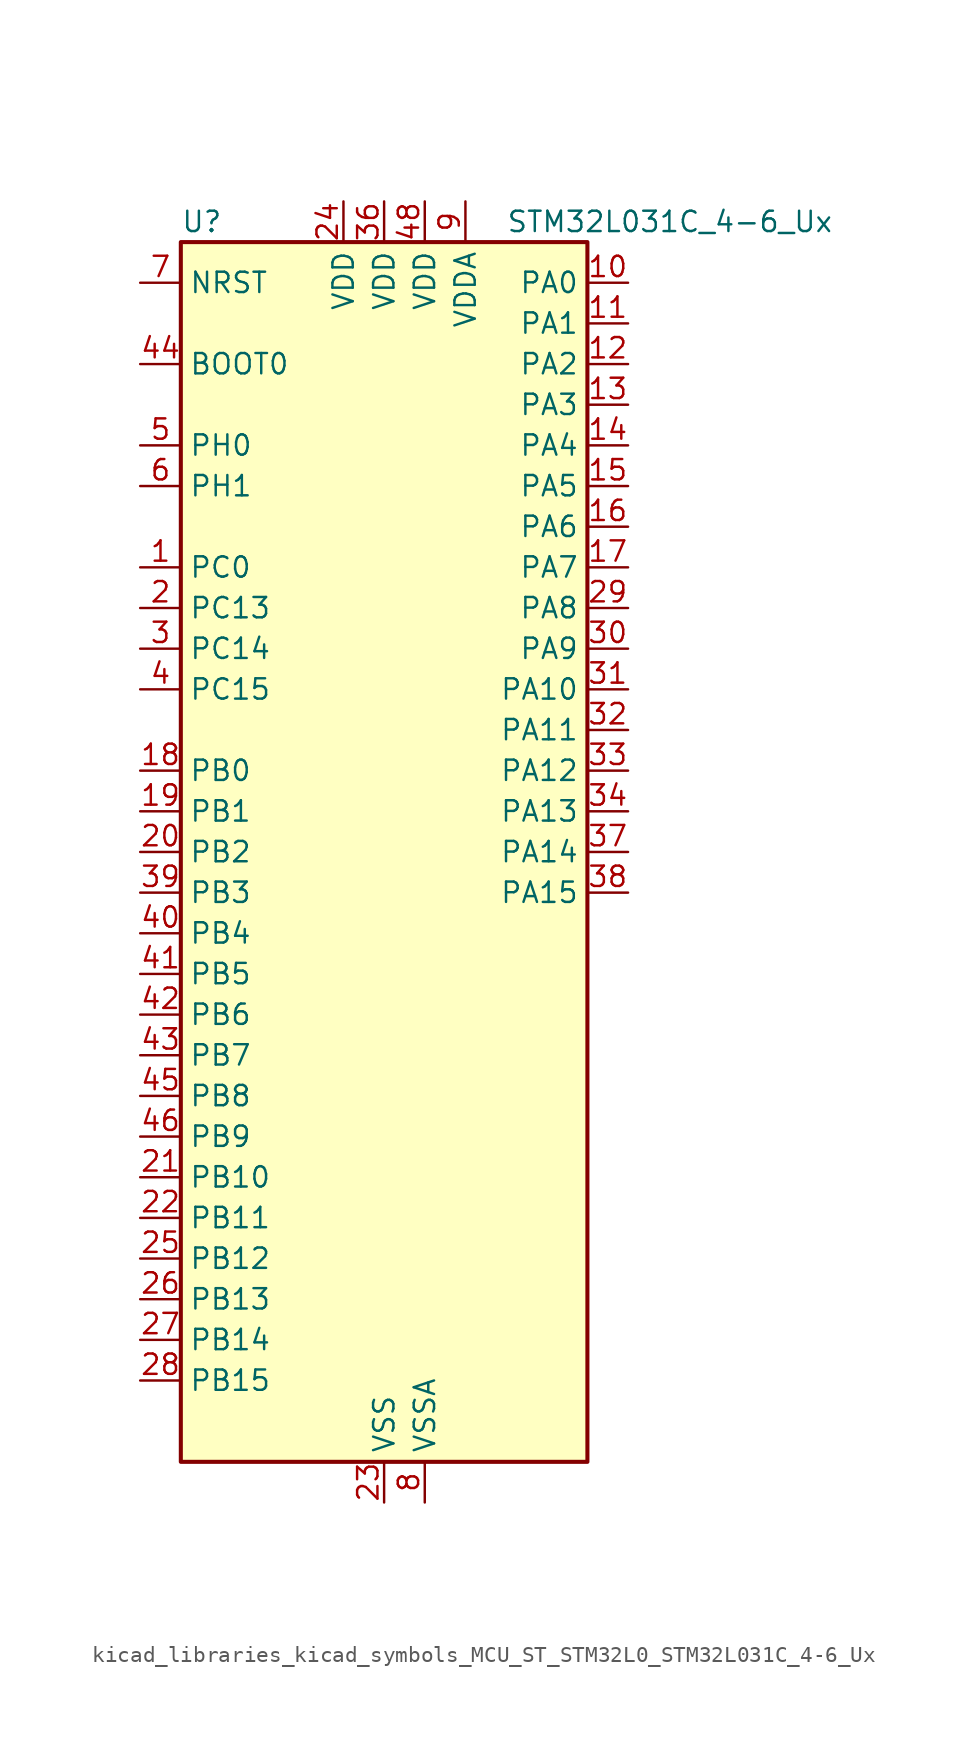
<source format=kicad_sym>
(kicad_symbol_lib
  (version 20220914)
  (generator kicad_symbol_editor)
  (symbol "kicad_libraries_kicad_symbols_MCU_ST_STM32L0_STM32L031C_4-6_Ux"
    (property "Reference" "U"
      (at -12.7 39.37 0)
      (effects (font (size 1.27 1.27)) (justify left)))
    (property "Value" "STM32L031C_4-6_Ux"
      (at 7.62 39.37 0)
      (effects (font (size 1.27 1.27)) (justify left)))
    (property "ki_locked" ""
      (at 0 0 0)
      (effects (font (size 1.27 1.27))))
    (symbol "kicad_libraries_kicad_symbols_MCU_ST_STM32L0_STM32L031C_4-6_Ux_0_1"
      (rectangle (start -12.7 -38.1) (end 12.7 38.1) (stroke (width 0.254) (type default)) (fill (type background))))
    (symbol "kicad_libraries_kicad_symbols_MCU_ST_STM32L0_STM32L031C_4-6_Ux_1_1"
      (pin bidirectional line (at -15.24 17.78 0) (length 2.54) (name "PC0" (effects (font (size 1.27 1.27)))) (number "1" (effects (font (size 1.27 1.27)))) (alternate "LPTIM1_IN1" bidirectional line) (alternate "LPUART1_RX" bidirectional line))
      (pin bidirectional line (at 15.24 35.56 180) (length 2.54) (name "PA0" (effects (font (size 1.27 1.27)))) (number "10" (effects (font (size 1.27 1.27)))) (alternate "ADC_IN0" bidirectional line) (alternate "COMP1_INM" bidirectional line) (alternate "COMP1_OUT" bidirectional line) (alternate "LPTIM1_IN1" bidirectional line) (alternate "RTC_TAMP2" bidirectional line) (alternate "SYS_WKUP1" bidirectional line) (alternate "TIM2_CH1" bidirectional line) (alternate "TIM2_ETR" bidirectional line) (alternate "USART2_CTS" bidirectional line))
      (pin bidirectional line (at 15.24 33.02 180) (length 2.54) (name "PA1" (effects (font (size 1.27 1.27)))) (number "11" (effects (font (size 1.27 1.27)))) (alternate "ADC_IN1" bidirectional line) (alternate "COMP1_INP" bidirectional line) (alternate "I2C1_SMBA" bidirectional line) (alternate "LPTIM1_IN2" bidirectional line) (alternate "TIM21_ETR" bidirectional line) (alternate "TIM2_CH2" bidirectional line) (alternate "USART2_DE" bidirectional line) (alternate "USART2_RTS" bidirectional line))
      (pin bidirectional line (at 15.24 30.48 180) (length 2.54) (name "PA2" (effects (font (size 1.27 1.27)))) (number "12" (effects (font (size 1.27 1.27)))) (alternate "ADC_IN2" bidirectional line) (alternate "COMP2_INM" bidirectional line) (alternate "COMP2_OUT" bidirectional line) (alternate "LPUART1_TX" bidirectional line) (alternate "RTC_OUT_ALARM" bidirectional line) (alternate "RTC_OUT_CALIB" bidirectional line) (alternate "RTC_TAMP3" bidirectional line) (alternate "RTC_TS" bidirectional line) (alternate "SYS_WKUP3" bidirectional line) (alternate "TIM21_CH1" bidirectional line) (alternate "TIM2_CH3" bidirectional line) (alternate "USART2_TX" bidirectional line))
      (pin bidirectional line (at 15.24 27.94 180) (length 2.54) (name "PA3" (effects (font (size 1.27 1.27)))) (number "13" (effects (font (size 1.27 1.27)))) (alternate "ADC_IN3" bidirectional line) (alternate "COMP2_INP" bidirectional line) (alternate "LPUART1_RX" bidirectional line) (alternate "TIM21_CH2" bidirectional line) (alternate "TIM2_CH4" bidirectional line) (alternate "USART2_RX" bidirectional line))
      (pin bidirectional line (at 15.24 25.4 180) (length 2.54) (name "PA4" (effects (font (size 1.27 1.27)))) (number "14" (effects (font (size 1.27 1.27)))) (alternate "ADC_IN4" bidirectional line) (alternate "COMP1_INM" bidirectional line) (alternate "COMP2_INM" bidirectional line) (alternate "LPTIM1_IN1" bidirectional line) (alternate "SPI1_NSS" bidirectional line) (alternate "TIM22_ETR" bidirectional line) (alternate "USART2_CK" bidirectional line))
      (pin bidirectional line (at 15.24 22.86 180) (length 2.54) (name "PA5" (effects (font (size 1.27 1.27)))) (number "15" (effects (font (size 1.27 1.27)))) (alternate "ADC_IN5" bidirectional line) (alternate "COMP1_INM" bidirectional line) (alternate "COMP2_INM" bidirectional line) (alternate "LPTIM1_IN2" bidirectional line) (alternate "SPI1_SCK" bidirectional line) (alternate "TIM2_CH1" bidirectional line) (alternate "TIM2_ETR" bidirectional line))
      (pin bidirectional line (at 15.24 20.32 180) (length 2.54) (name "PA6" (effects (font (size 1.27 1.27)))) (number "16" (effects (font (size 1.27 1.27)))) (alternate "ADC_IN6" bidirectional line) (alternate "COMP1_OUT" bidirectional line) (alternate "LPTIM1_ETR" bidirectional line) (alternate "LPUART1_CTS" bidirectional line) (alternate "SPI1_MISO" bidirectional line) (alternate "TIM22_CH1" bidirectional line))
      (pin bidirectional line (at 15.24 17.78 180) (length 2.54) (name "PA7" (effects (font (size 1.27 1.27)))) (number "17" (effects (font (size 1.27 1.27)))) (alternate "ADC_IN7" bidirectional line) (alternate "COMP2_OUT" bidirectional line) (alternate "LPTIM1_OUT" bidirectional line) (alternate "SPI1_MOSI" bidirectional line) (alternate "TIM22_CH2" bidirectional line) (alternate "USART2_CTS" bidirectional line))
      (pin bidirectional line (at -15.24 5.08 0) (length 2.54) (name "PB0" (effects (font (size 1.27 1.27)))) (number "18" (effects (font (size 1.27 1.27)))) (alternate "ADC_IN8" bidirectional line) (alternate "SPI1_MISO" bidirectional line) (alternate "SYS_VREF_OUT_PB0" bidirectional line) (alternate "TIM2_CH3" bidirectional line) (alternate "USART2_DE" bidirectional line) (alternate "USART2_RTS" bidirectional line))
      (pin bidirectional line (at -15.24 2.54 0) (length 2.54) (name "PB1" (effects (font (size 1.27 1.27)))) (number "19" (effects (font (size 1.27 1.27)))) (alternate "ADC_IN9" bidirectional line) (alternate "LPUART1_DE" bidirectional line) (alternate "LPUART1_RTS" bidirectional line) (alternate "SPI1_MOSI" bidirectional line) (alternate "SYS_VREF_OUT_PB1" bidirectional line) (alternate "TIM2_CH4" bidirectional line) (alternate "USART2_CK" bidirectional line))
      (pin bidirectional line (at -15.24 15.24 0) (length 2.54) (name "PC13" (effects (font (size 1.27 1.27)))) (number "2" (effects (font (size 1.27 1.27)))) (alternate "RTC_TAMP1" bidirectional line) (alternate "SYS_WKUP2" bidirectional line))
      (pin bidirectional line (at -15.24 0 0) (length 2.54) (name "PB2" (effects (font (size 1.27 1.27)))) (number "20" (effects (font (size 1.27 1.27)))) (alternate "LPTIM1_OUT" bidirectional line))
      (pin bidirectional line (at -15.24 -20.32 0) (length 2.54) (name "PB10" (effects (font (size 1.27 1.27)))) (number "21" (effects (font (size 1.27 1.27)))) (alternate "LPUART1_TX" bidirectional line) (alternate "TIM2_CH3" bidirectional line))
      (pin bidirectional line (at -15.24 -22.86 0) (length 2.54) (name "PB11" (effects (font (size 1.27 1.27)))) (number "22" (effects (font (size 1.27 1.27)))) (alternate "ADC_EXTI11" bidirectional line) (alternate "LPUART1_RX" bidirectional line) (alternate "TIM2_CH4" bidirectional line))
      (pin power_in line (at 0 -40.64 90) (length 2.54) (name "VSS" (effects (font (size 1.27 1.27)))) (number "23" (effects (font (size 1.27 1.27)))))
      (pin power_in line (at -2.54 40.64 270) (length 2.54) (name "VDD" (effects (font (size 1.27 1.27)))) (number "24" (effects (font (size 1.27 1.27)))))
      (pin bidirectional line (at -15.24 -25.4 0) (length 2.54) (name "PB12" (effects (font (size 1.27 1.27)))) (number "25" (effects (font (size 1.27 1.27)))) (alternate "SPI1_NSS" bidirectional line))
      (pin bidirectional line (at -15.24 -27.94 0) (length 2.54) (name "PB13" (effects (font (size 1.27 1.27)))) (number "26" (effects (font (size 1.27 1.27)))) (alternate "LPUART1_CTS" bidirectional line) (alternate "RCC_MCO" bidirectional line) (alternate "SPI1_SCK" bidirectional line) (alternate "TIM21_CH1" bidirectional line))
      (pin bidirectional line (at -15.24 -30.48 0) (length 2.54) (name "PB14" (effects (font (size 1.27 1.27)))) (number "27" (effects (font (size 1.27 1.27)))) (alternate "LPUART1_DE" bidirectional line) (alternate "LPUART1_RTS" bidirectional line) (alternate "RTC_OUT_ALARM" bidirectional line) (alternate "RTC_OUT_CALIB" bidirectional line) (alternate "SPI1_MISO" bidirectional line) (alternate "TIM21_CH2" bidirectional line))
      (pin bidirectional line (at -15.24 -33.02 0) (length 2.54) (name "PB15" (effects (font (size 1.27 1.27)))) (number "28" (effects (font (size 1.27 1.27)))) (alternate "RTC_REFIN" bidirectional line) (alternate "SPI1_MOSI" bidirectional line))
      (pin bidirectional line (at 15.24 15.24 180) (length 2.54) (name "PA8" (effects (font (size 1.27 1.27)))) (number "29" (effects (font (size 1.27 1.27)))) (alternate "LPTIM1_IN1" bidirectional line) (alternate "RCC_MCO" bidirectional line) (alternate "TIM2_CH1" bidirectional line) (alternate "USART2_CK" bidirectional line))
      (pin bidirectional line (at -15.24 12.7 0) (length 2.54) (name "PC14" (effects (font (size 1.27 1.27)))) (number "3" (effects (font (size 1.27 1.27)))) (alternate "RCC_OSC32_IN" bidirectional line))
      (pin bidirectional line (at 15.24 12.7 180) (length 2.54) (name "PA9" (effects (font (size 1.27 1.27)))) (number "30" (effects (font (size 1.27 1.27)))) (alternate "I2C1_SCL" bidirectional line) (alternate "RCC_MCO" bidirectional line) (alternate "TIM22_CH1" bidirectional line) (alternate "USART2_TX" bidirectional line))
      (pin bidirectional line (at 15.24 10.16 180) (length 2.54) (name "PA10" (effects (font (size 1.27 1.27)))) (number "31" (effects (font (size 1.27 1.27)))) (alternate "I2C1_SDA" bidirectional line) (alternate "TIM22_CH2" bidirectional line) (alternate "USART2_RX" bidirectional line))
      (pin bidirectional line (at 15.24 7.62 180) (length 2.54) (name "PA11" (effects (font (size 1.27 1.27)))) (number "32" (effects (font (size 1.27 1.27)))) (alternate "ADC_EXTI11" bidirectional line) (alternate "COMP1_OUT" bidirectional line) (alternate "SPI1_MISO" bidirectional line) (alternate "TIM21_CH2" bidirectional line) (alternate "USART2_CTS" bidirectional line))
      (pin bidirectional line (at 15.24 5.08 180) (length 2.54) (name "PA12" (effects (font (size 1.27 1.27)))) (number "33" (effects (font (size 1.27 1.27)))) (alternate "COMP2_OUT" bidirectional line) (alternate "SPI1_MOSI" bidirectional line) (alternate "USART2_DE" bidirectional line) (alternate "USART2_RTS" bidirectional line))
      (pin bidirectional line (at 15.24 2.54 180) (length 2.54) (name "PA13" (effects (font (size 1.27 1.27)))) (number "34" (effects (font (size 1.27 1.27)))) (alternate "LPTIM1_ETR" bidirectional line) (alternate "LPUART1_RX" bidirectional line) (alternate "SYS_SWDIO" bidirectional line))
      (pin passive line (at 0 -40.64 90) (length 2.54) hide (name "VSS" (effects (font (size 1.27 1.27)))) (number "35" (effects (font (size 1.27 1.27)))))
      (pin power_in line (at 0 40.64 270) (length 2.54) (name "VDD" (effects (font (size 1.27 1.27)))) (number "36" (effects (font (size 1.27 1.27)))))
      (pin bidirectional line (at 15.24 0 180) (length 2.54) (name "PA14" (effects (font (size 1.27 1.27)))) (number "37" (effects (font (size 1.27 1.27)))) (alternate "I2C1_SMBA" bidirectional line) (alternate "LPTIM1_OUT" bidirectional line) (alternate "LPUART1_TX" bidirectional line) (alternate "SYS_SWCLK" bidirectional line) (alternate "USART2_TX" bidirectional line))
      (pin bidirectional line (at 15.24 -2.54 180) (length 2.54) (name "PA15" (effects (font (size 1.27 1.27)))) (number "38" (effects (font (size 1.27 1.27)))) (alternate "SPI1_NSS" bidirectional line) (alternate "TIM2_CH1" bidirectional line) (alternate "TIM2_ETR" bidirectional line) (alternate "USART2_RX" bidirectional line))
      (pin bidirectional line (at -15.24 -2.54 0) (length 2.54) (name "PB3" (effects (font (size 1.27 1.27)))) (number "39" (effects (font (size 1.27 1.27)))) (alternate "COMP2_INM" bidirectional line) (alternate "SPI1_SCK" bidirectional line) (alternate "TIM2_CH2" bidirectional line))
      (pin bidirectional line (at -15.24 10.16 0) (length 2.54) (name "PC15" (effects (font (size 1.27 1.27)))) (number "4" (effects (font (size 1.27 1.27)))) (alternate "RCC_OSC32_OUT" bidirectional line))
      (pin bidirectional line (at -15.24 -5.08 0) (length 2.54) (name "PB4" (effects (font (size 1.27 1.27)))) (number "40" (effects (font (size 1.27 1.27)))) (alternate "COMP2_INP" bidirectional line) (alternate "SPI1_MISO" bidirectional line) (alternate "TIM22_CH1" bidirectional line))
      (pin bidirectional line (at -15.24 -7.62 0) (length 2.54) (name "PB5" (effects (font (size 1.27 1.27)))) (number "41" (effects (font (size 1.27 1.27)))) (alternate "COMP2_INP" bidirectional line) (alternate "I2C1_SMBA" bidirectional line) (alternate "LPTIM1_IN1" bidirectional line) (alternate "SPI1_MOSI" bidirectional line) (alternate "TIM22_CH2" bidirectional line))
      (pin bidirectional line (at -15.24 -10.16 0) (length 2.54) (name "PB6" (effects (font (size 1.27 1.27)))) (number "42" (effects (font (size 1.27 1.27)))) (alternate "COMP2_INP" bidirectional line) (alternate "I2C1_SCL" bidirectional line) (alternate "LPTIM1_ETR" bidirectional line) (alternate "TIM21_CH1" bidirectional line) (alternate "USART2_TX" bidirectional line))
      (pin bidirectional line (at -15.24 -12.7 0) (length 2.54) (name "PB7" (effects (font (size 1.27 1.27)))) (number "43" (effects (font (size 1.27 1.27)))) (alternate "COMP2_INP" bidirectional line) (alternate "I2C1_SDA" bidirectional line) (alternate "LPTIM1_IN2" bidirectional line) (alternate "SYS_PVD_IN" bidirectional line) (alternate "USART2_RX" bidirectional line))
      (pin input line (at -15.24 30.48 0) (length 2.54) (name "BOOT0" (effects (font (size 1.27 1.27)))) (number "44" (effects (font (size 1.27 1.27)))))
      (pin bidirectional line (at -15.24 -15.24 0) (length 2.54) (name "PB8" (effects (font (size 1.27 1.27)))) (number "45" (effects (font (size 1.27 1.27)))) (alternate "I2C1_SCL" bidirectional line))
      (pin bidirectional line (at -15.24 -17.78 0) (length 2.54) (name "PB9" (effects (font (size 1.27 1.27)))) (number "46" (effects (font (size 1.27 1.27)))) (alternate "I2C1_SDA" bidirectional line))
      (pin passive line (at 0 -40.64 90) (length 2.54) hide (name "VSS" (effects (font (size 1.27 1.27)))) (number "47" (effects (font (size 1.27 1.27)))))
      (pin power_in line (at 2.54 40.64 270) (length 2.54) (name "VDD" (effects (font (size 1.27 1.27)))) (number "48" (effects (font (size 1.27 1.27)))))
      (pin passive line (at 0 -40.64 90) (length 2.54) hide (name "VSS" (effects (font (size 1.27 1.27)))) (number "49" (effects (font (size 1.27 1.27)))))
      (pin bidirectional line (at -15.24 25.4 0) (length 2.54) (name "PH0" (effects (font (size 1.27 1.27)))) (number "5" (effects (font (size 1.27 1.27)))) (alternate "RCC_OSC_IN" bidirectional line))
      (pin bidirectional line (at -15.24 22.86 0) (length 2.54) (name "PH1" (effects (font (size 1.27 1.27)))) (number "6" (effects (font (size 1.27 1.27)))) (alternate "RCC_OSC_OUT" bidirectional line))
      (pin input line (at -15.24 35.56 0) (length 2.54) (name "NRST" (effects (font (size 1.27 1.27)))) (number "7" (effects (font (size 1.27 1.27)))))
      (pin power_in line (at 2.54 -40.64 90) (length 2.54) (name "VSSA" (effects (font (size 1.27 1.27)))) (number "8" (effects (font (size 1.27 1.27)))))
      (pin power_in line (at 5.08 40.64 270) (length 2.54) (name "VDDA" (effects (font (size 1.27 1.27)))) (number "9" (effects (font (size 1.27 1.27))))))))
</source>
